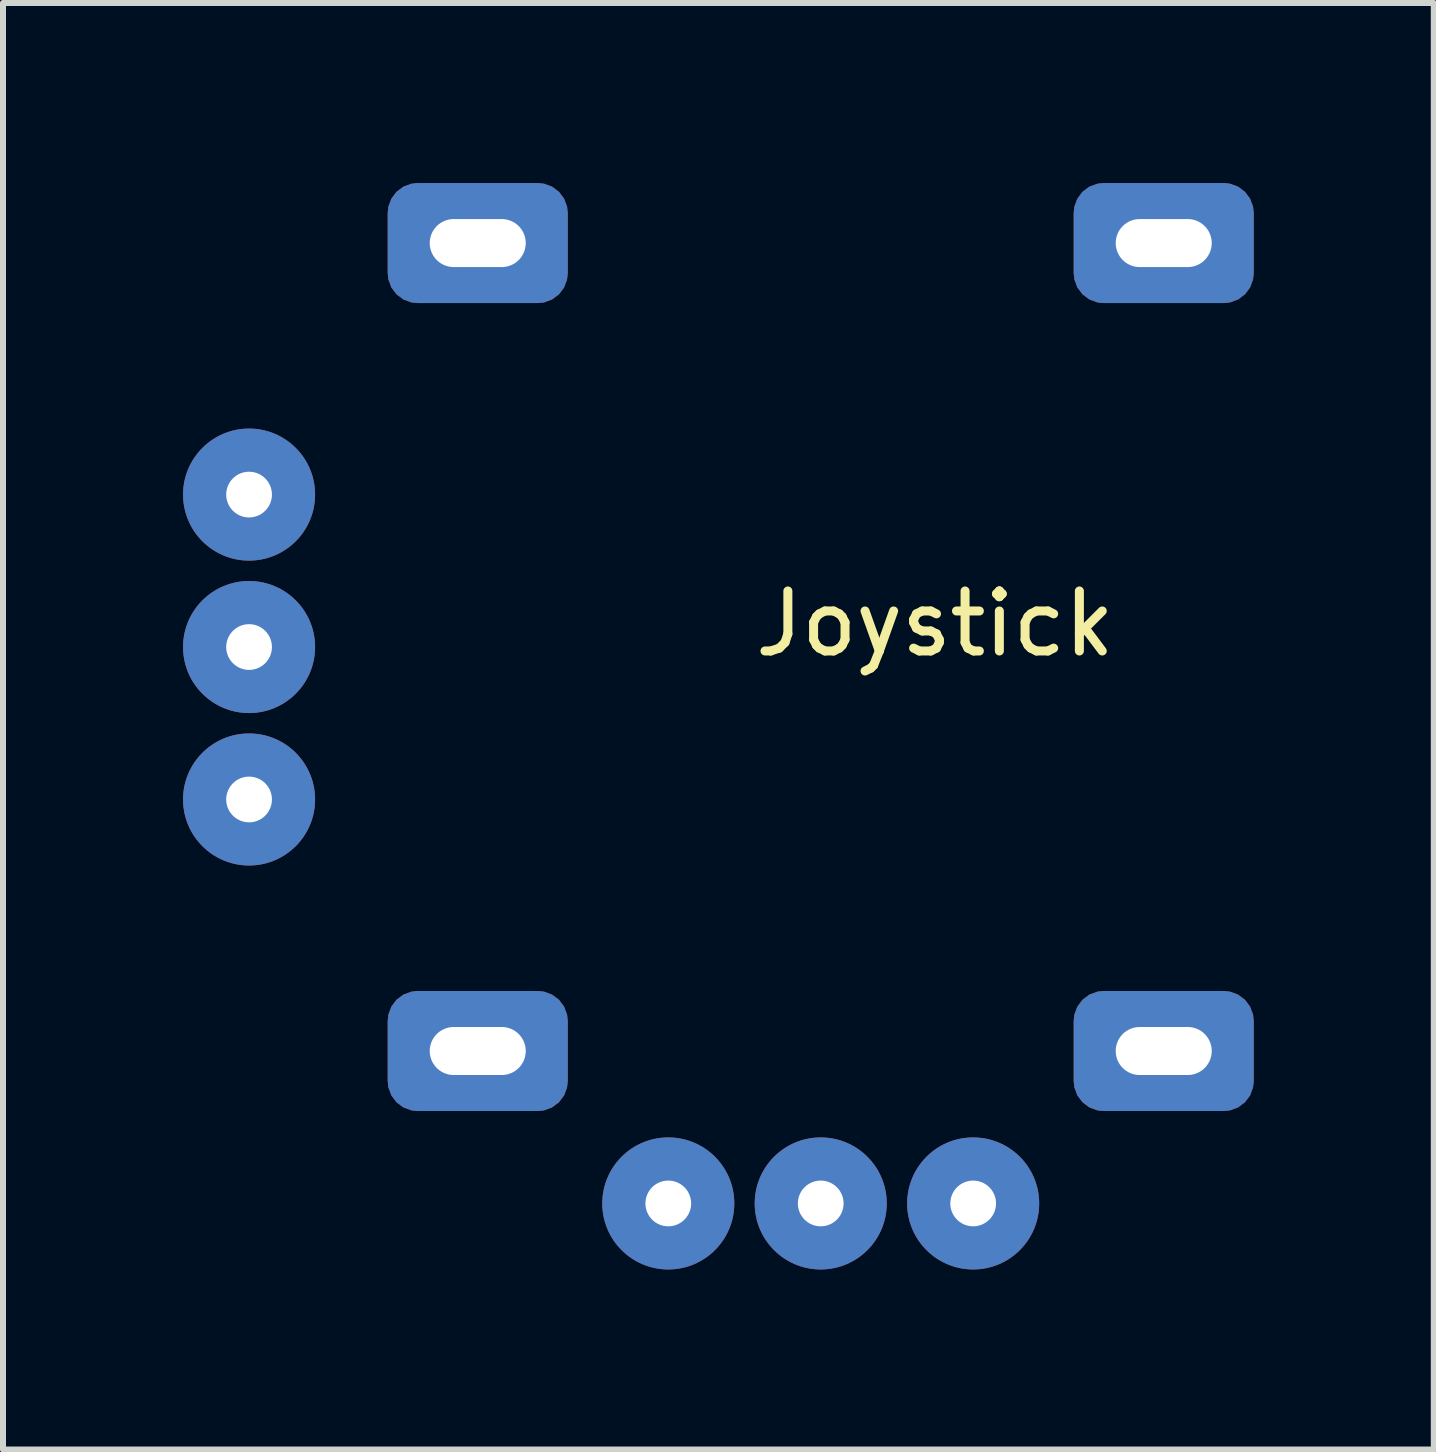
<source format=kicad_pcb>
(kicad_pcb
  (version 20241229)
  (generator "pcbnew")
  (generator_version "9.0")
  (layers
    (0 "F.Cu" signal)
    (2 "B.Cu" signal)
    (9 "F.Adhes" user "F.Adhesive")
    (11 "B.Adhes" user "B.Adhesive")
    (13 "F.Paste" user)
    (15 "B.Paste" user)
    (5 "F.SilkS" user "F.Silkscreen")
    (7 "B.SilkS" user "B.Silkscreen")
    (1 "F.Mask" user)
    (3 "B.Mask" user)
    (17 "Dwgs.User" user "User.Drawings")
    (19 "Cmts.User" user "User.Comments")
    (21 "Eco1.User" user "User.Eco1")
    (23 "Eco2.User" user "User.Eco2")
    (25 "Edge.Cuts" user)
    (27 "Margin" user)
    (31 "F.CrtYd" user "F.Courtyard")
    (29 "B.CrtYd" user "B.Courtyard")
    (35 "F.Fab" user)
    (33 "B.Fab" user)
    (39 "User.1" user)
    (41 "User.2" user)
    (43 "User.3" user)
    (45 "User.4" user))
  (footprint "Joystick"
    (layer "F.Cu")
    (at 10.625 7.477)
    (property "Reference" "Joystick" (at 1.905 -0.135 0) (layer "F.SilkS") (effects (font (size 1 1) (thickness 0.15))))
    (attr through_hole)
    (pad "" thru_hole roundrect (at -5.715 -6.477) (size 3 2) (drill oval 1.6 0.8) (layers "*.Cu" "*.Mask") (roundrect_rratio 0.25))
    (pad "" thru_hole roundrect (at -5.715 6.985) (size 3 2) (drill oval 1.6 0.8) (layers "*.Cu" "*.Mask") (roundrect_rratio 0.25))
    (pad "" thru_hole roundrect (at 5.715 -6.477) (size 3 2) (drill oval 1.6 0.8) (layers "*.Cu" "*.Mask") (roundrect_rratio 0.25))
    (pad "" thru_hole roundrect (at 5.715 6.985) (size 3 2) (drill oval 1.6 0.8) (layers "*.Cu" "*.Mask") (roundrect_rratio 0.25))
    (pad "1" thru_hole circle (at 2.54 9.525) (size 2.2 2.2) (drill 0.762) (layers "*.Cu" "*.Mask"))
    (pad "2" thru_hole circle (at 0 9.525) (size 2.2 2.2) (drill 0.762) (layers "*.Cu" "*.Mask"))
    (pad "3" thru_hole circle (at -2.54 9.525) (size 2.2 2.2) (drill 0.762) (layers "*.Cu" "*.Mask"))
    (pad "4" thru_hole circle (at -9.525 -2.286) (size 2.2 2.2) (drill 0.762) (layers "*.Cu" "*.Mask"))
    (pad "5" thru_hole circle (at -9.525 0.254) (size 2.2 2.2) (drill 0.762) (layers "*.Cu" "*.Mask"))
    (pad "6" thru_hole circle (at -9.525 2.794) (size 2.2 2.2) (drill 0.762) (layers "*.Cu" "*.Mask")))
  (gr_rect
    (start -3 -3)
    (end 20.84 21.102)
    (stroke (width 0.1) (type default))
    (fill no)
    (layer "Edge.Cuts")))
</source>
